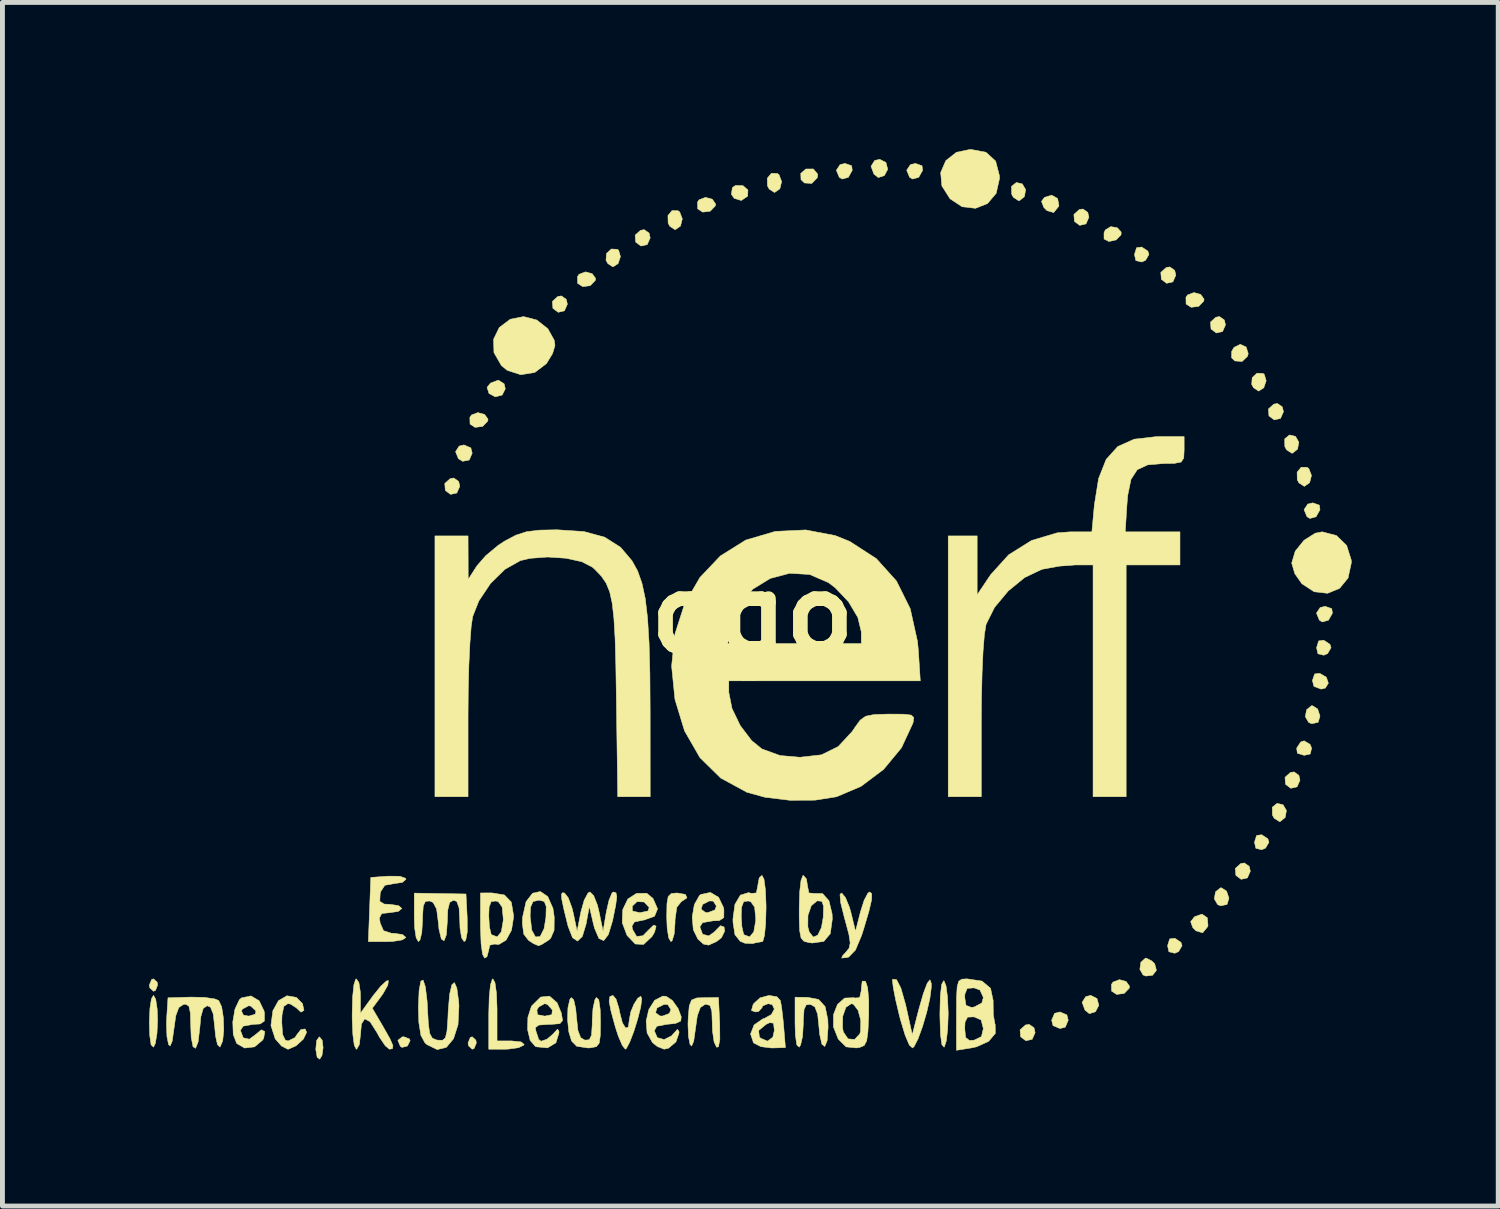
<source format=kicad_pcb>
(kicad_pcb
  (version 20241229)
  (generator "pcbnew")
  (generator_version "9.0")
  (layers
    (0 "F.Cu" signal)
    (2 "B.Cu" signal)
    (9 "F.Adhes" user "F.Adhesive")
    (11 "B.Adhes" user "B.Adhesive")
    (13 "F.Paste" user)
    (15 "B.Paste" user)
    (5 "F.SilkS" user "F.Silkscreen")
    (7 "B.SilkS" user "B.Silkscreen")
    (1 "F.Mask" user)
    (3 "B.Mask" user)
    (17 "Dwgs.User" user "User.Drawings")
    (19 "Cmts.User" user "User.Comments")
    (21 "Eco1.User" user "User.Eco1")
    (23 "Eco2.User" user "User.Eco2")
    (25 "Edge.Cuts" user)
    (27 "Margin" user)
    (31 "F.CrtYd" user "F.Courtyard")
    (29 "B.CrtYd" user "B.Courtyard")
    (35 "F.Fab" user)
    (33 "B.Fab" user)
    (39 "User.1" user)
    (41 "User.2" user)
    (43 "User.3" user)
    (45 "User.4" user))
  (footprint "logo"
    (layer "F.Cu")
    (at 11.943 9.522)
    (property "Reference" "logo" (at 0 0 0) (layer "F.SilkS") (effects (font (size 1.524 1.524) (thickness 0.3))))
    (attr through_hole)
    (fp_poly (pts (xy -11.778 7.519) (xy -11.769 7.578) (xy -11.814 7.69) (xy -11.853 7.705) (xy -11.928 7.636) (xy -11.938 7.578) (xy -11.892 7.465) (xy -11.853 7.451) (xy -11.778 7.519)) (stroke (width 0.01) (type solid)) (fill yes) (layer "F.SilkS"))
    (fp_poly (pts (xy -6.618 8.679) (xy -6.604 8.716) (xy -6.66 8.826) (xy -6.769 8.853) (xy -6.804 8.831) (xy -6.855 8.708) (xy -6.765 8.638) (xy -6.731 8.636) (xy -6.618 8.679)) (stroke (width 0.01) (type solid)) (fill yes) (layer "F.SilkS"))
    (fp_poly (pts (xy -5.611 -2.724) (xy -5.588 -2.625) (xy -5.648 -2.488) (xy -5.777 -2.459) (xy -5.884 -2.54) (xy -5.895 -2.682) (xy -5.785 -2.781) (xy -5.71 -2.794) (xy -5.611 -2.724)) (stroke (width 0.01) (type solid)) (fill yes) (layer "F.SilkS"))
    (fp_poly (pts (xy -5.362 -3.411) (xy -5.334 -3.302) (xy -5.395 -3.162) (xy -5.529 -3.136) (xy -5.616 -3.189) (xy -5.674 -3.333) (xy -5.601 -3.447) (xy -5.503 -3.471) (xy -5.362 -3.411)) (stroke (width 0.01) (type solid)) (fill yes) (layer "F.SilkS"))
    (fp_poly (pts (xy -5.259 8.705) (xy -5.249 8.763) (xy -5.295 8.876) (xy -5.334 8.89) (xy -5.409 8.821) (xy -5.419 8.763) (xy -5.373 8.65) (xy -5.334 8.636) (xy -5.259 8.705)) (stroke (width 0.01) (type solid)) (fill yes) (layer "F.SilkS"))
    (fp_poly (pts (xy -4.681 -4.721) (xy -4.657 -4.618) (xy -4.721 -4.491) (xy -4.861 -4.454) (xy -4.99 -4.523) (xy -5.03 -4.648) (xy -4.958 -4.737) (xy -4.799 -4.796) (xy -4.681 -4.721)) (stroke (width 0.01) (type solid)) (fill yes) (layer "F.SilkS"))
    (fp_poly (pts (xy -3.41 -6.449) (xy -3.387 -6.35) (xy -3.447 -6.214) (xy -3.575 -6.184) (xy -3.683 -6.265) (xy -3.694 -6.407) (xy -3.584 -6.507) (xy -3.509 -6.519) (xy -3.41 -6.449)) (stroke (width 0.01) (type solid)) (fill yes) (layer "F.SilkS"))
    (fp_poly (pts (xy -1.716 -7.804) (xy -1.693 -7.705) (xy -1.754 -7.568) (xy -1.882 -7.539) (xy -1.99 -7.62) (xy -2.001 -7.762) (xy -1.891 -7.861) (xy -1.815 -7.874) (xy -1.716 -7.804)) (stroke (width 0.01) (type solid)) (fill yes) (layer "F.SilkS"))
    (fp_poly (pts (xy 0.203 -8.776) (xy 0.306 -8.686) (xy 0.301 -8.559) (xy 0.17 -8.471) (xy 0.026 -8.514) (xy -0.032 -8.597) (xy -0.012 -8.735) (xy 0.049 -8.777) (xy 0.203 -8.776)) (stroke (width 0.01) (type solid)) (fill yes) (layer "F.SilkS"))
    (fp_poly (pts (xy 1.734 -9.009) (xy 1.725 -8.936) (xy 1.613 -8.82) (xy 1.464 -8.829) (xy 1.392 -8.897) (xy 1.387 -9.025) (xy 1.491 -9.115) (xy 1.644 -9.116) (xy 1.734 -9.009)) (stroke (width 0.01) (type solid)) (fill yes) (layer "F.SilkS"))
    (fp_poly (pts (xy 2.428 -9.182) (xy 2.44 -9.088) (xy 2.36 -8.944) (xy 2.235 -8.91) (xy 2.175 -8.945) (xy 2.115 -9.09) (xy 2.191 -9.204) (xy 2.292 -9.229) (xy 2.428 -9.182)) (stroke (width 0.01) (type solid)) (fill yes) (layer "F.SilkS"))
    (fp_poly (pts (xy 3.129 -9.249) (xy 3.166 -9.109) (xy 3.097 -8.98) (xy 2.972 -8.94) (xy 2.883 -9.012) (xy 2.824 -9.171) (xy 2.899 -9.289) (xy 3.002 -9.313) (xy 3.129 -9.249)) (stroke (width 0.01) (type solid)) (fill yes) (layer "F.SilkS"))
    (fp_poly (pts (xy 3.867 -9.182) (xy 3.88 -9.088) (xy 3.799 -8.944) (xy 3.674 -8.91) (xy 3.614 -8.945) (xy 3.554 -9.09) (xy 3.63 -9.204) (xy 3.732 -9.229) (xy 3.867 -9.182)) (stroke (width 0.01) (type solid)) (fill yes) (layer "F.SilkS"))
    (fp_poly (pts (xy 6.158 8.452) (xy 6.181 8.551) (xy 6.12 8.688) (xy 5.992 8.717) (xy 5.884 8.636) (xy 5.873 8.494) (xy 5.983 8.395) (xy 6.059 8.382) (xy 6.158 8.452)) (stroke (width 0.01) (type solid)) (fill yes) (layer "F.SilkS"))
    (fp_poly (pts (xy 6.83 8.188) (xy 6.858 8.297) (xy 6.798 8.439) (xy 6.689 8.467) (xy 6.547 8.407) (xy 6.519 8.297) (xy 6.579 8.156) (xy 6.689 8.128) (xy 6.83 8.188)) (stroke (width 0.01) (type solid)) (fill yes) (layer "F.SilkS"))
    (fp_poly (pts (xy 7.258 -8.227) (xy 7.281 -8.128) (xy 7.221 -7.992) (xy 7.093 -7.962) (xy 6.985 -8.043) (xy 6.974 -8.185) (xy 7.084 -8.285) (xy 7.159 -8.297) (xy 7.258 -8.227)) (stroke (width 0.01) (type solid)) (fill yes) (layer "F.SilkS"))
    (fp_poly (pts (xy 7.447 7.854) (xy 7.484 7.993) (xy 7.415 8.123) (xy 7.29 8.163) (xy 7.201 8.09) (xy 7.142 7.931) (xy 7.217 7.814) (xy 7.32 7.789) (xy 7.447 7.854)) (stroke (width 0.01) (type solid)) (fill yes) (layer "F.SilkS"))
    (fp_poly (pts (xy 8.487 -7.436) (xy 8.509 -7.366) (xy 8.439 -7.246) (xy 8.361 -7.213) (xy 8.241 -7.242) (xy 8.213 -7.366) (xy 8.256 -7.505) (xy 8.361 -7.519) (xy 8.487 -7.436)) (stroke (width 0.01) (type solid)) (fill yes) (layer "F.SilkS"))
    (fp_poly (pts (xy 9.036 -7.042) (xy 9.059 -6.943) (xy 8.999 -6.806) (xy 8.871 -6.777) (xy 8.763 -6.858) (xy 8.752 -7) (xy 8.862 -7.099) (xy 8.937 -7.112) (xy 9.036 -7.042)) (stroke (width 0.01) (type solid)) (fill yes) (layer "F.SilkS"))
    (fp_poly (pts (xy 9.164 6.704) (xy 9.186 6.773) (xy 9.116 6.893) (xy 9.038 6.927) (xy 8.918 6.897) (xy 8.89 6.773) (xy 8.933 6.634) (xy 9.038 6.62) (xy 9.164 6.704)) (stroke (width 0.01) (type solid)) (fill yes) (layer "F.SilkS"))
    (fp_poly (pts (xy 10.052 -6.026) (xy 10.075 -5.927) (xy 10.015 -5.79) (xy 9.887 -5.761) (xy 9.779 -5.842) (xy 9.768 -5.984) (xy 9.878 -6.083) (xy 9.953 -6.096) (xy 10.052 -6.026)) (stroke (width 0.01) (type solid)) (fill yes) (layer "F.SilkS"))
    (fp_poly (pts (xy 10.56 5.15) (xy 10.583 5.249) (xy 10.523 5.386) (xy 10.395 5.415) (xy 10.287 5.334) (xy 10.276 5.192) (xy 10.386 5.093) (xy 10.461 5.08) (xy 10.56 5.15)) (stroke (width 0.01) (type solid)) (fill yes) (layer "F.SilkS"))
    (fp_poly (pts (xy 10.942 4.587) (xy 10.964 4.657) (xy 10.894 4.776) (xy 10.816 4.81) (xy 10.696 4.78) (xy 10.668 4.657) (xy 10.711 4.518) (xy 10.816 4.503) (xy 10.942 4.587)) (stroke (width 0.01) (type solid)) (fill yes) (layer "F.SilkS"))
    (fp_poly (pts (xy 11.238 -4.248) (xy 11.261 -4.149) (xy 11.2 -4.012) (xy 11.072 -3.983) (xy 10.964 -4.064) (xy 10.953 -4.206) (xy 11.063 -4.305) (xy 11.139 -4.318) (xy 11.238 -4.248)) (stroke (width 0.01) (type solid)) (fill yes) (layer "F.SilkS"))
    (fp_poly (pts (xy 11.576 3.288) (xy 11.599 3.387) (xy 11.539 3.523) (xy 11.411 3.553) (xy 11.303 3.471) (xy 11.292 3.329) (xy 11.402 3.23) (xy 11.477 3.217) (xy 11.576 3.288)) (stroke (width 0.01) (type solid)) (fill yes) (layer "F.SilkS"))
    (fp_poly (pts (xy 11.804 2.653) (xy 11.837 2.731) (xy 11.808 2.851) (xy 11.684 2.879) (xy 11.545 2.836) (xy 11.531 2.731) (xy 11.614 2.605) (xy 11.684 2.582) (xy 11.804 2.653)) (stroke (width 0.01) (type solid)) (fill yes) (layer "F.SilkS"))
    (fp_poly (pts (xy 11.995 -2.239) (xy 12.008 -2.145) (xy 11.927 -2.001) (xy 11.802 -1.967) (xy 11.742 -2.002) (xy 11.682 -2.147) (xy 11.758 -2.261) (xy 11.86 -2.286) (xy 11.995 -2.239)) (stroke (width 0.01) (type solid)) (fill yes) (layer "F.SilkS"))
    (fp_poly (pts (xy 12.138 1.28) (xy 12.179 1.402) (xy 12.119 1.502) (xy 12.029 1.524) (xy 11.884 1.468) (xy 11.853 1.348) (xy 11.899 1.214) (xy 12.001 1.201) (xy 12.138 1.28)) (stroke (width 0.01) (type solid)) (fill yes) (layer "F.SilkS"))
    (fp_poly (pts (xy 12.212 0.608) (xy 12.234 0.677) (xy 12.164 0.797) (xy 12.086 0.831) (xy 11.966 0.801) (xy 11.938 0.677) (xy 11.981 0.538) (xy 12.086 0.524) (xy 12.212 0.608)) (stroke (width 0.01) (type solid)) (fill yes) (layer "F.SilkS"))
    (fp_poly (pts (xy 12.249 -0.122) (xy 12.262 -0.028) (xy 12.181 0.115) (xy 12.056 0.15) (xy 11.996 0.115) (xy 11.936 -0.031) (xy 12.012 -0.145) (xy 12.114 -0.169) (xy 12.249 -0.122)) (stroke (width 0.01) (type solid)) (fill yes) (layer "F.SilkS"))
    (fp_poly (pts (xy -5.081 -4.095) (xy -5.011 -3.999) (xy -5.016 -3.958) (xy -5.121 -3.849) (xy -5.276 -3.83) (xy -5.378 -3.897) (xy -5.382 -4.034) (xy -5.349 -4.083) (xy -5.219 -4.132) (xy -5.081 -4.095)) (stroke (width 0.01) (type solid)) (fill yes) (layer "F.SilkS"))
    (fp_poly (pts (xy -2.88 -6.974) (xy -2.81 -6.877) (xy -2.815 -6.837) (xy -2.92 -6.728) (xy -3.074 -6.709) (xy -3.177 -6.776) (xy -3.18 -6.913) (xy -3.148 -6.961) (xy -3.017 -7.011) (xy -2.88 -6.974)) (stroke (width 0.01) (type solid)) (fill yes) (layer "F.SilkS"))
    (fp_poly (pts (xy -2.362 -7.472) (xy -2.339 -7.453) (xy -2.301 -7.323) (xy -2.35 -7.179) (xy -2.455 -7.112) (xy -2.559 -7.18) (xy -2.597 -7.248) (xy -2.587 -7.387) (xy -2.487 -7.479) (xy -2.362 -7.472)) (stroke (width 0.01) (type solid)) (fill yes) (layer "F.SilkS"))
    (fp_poly (pts (xy -0.424 -8.498) (xy -0.355 -8.401) (xy -0.36 -8.361) (xy -0.465 -8.252) (xy -0.619 -8.233) (xy -0.721 -8.3) (xy -0.725 -8.437) (xy -0.693 -8.485) (xy -0.562 -8.535) (xy -0.424 -8.498)) (stroke (width 0.01) (type solid)) (fill yes) (layer "F.SilkS"))
    (fp_poly (pts (xy 5.919 -8.81) (xy 5.987 -8.693) (xy 5.962 -8.55) (xy 5.861 -8.468) (xy 5.842 -8.467) (xy 5.737 -8.535) (xy 5.701 -8.599) (xy 5.698 -8.76) (xy 5.797 -8.839) (xy 5.919 -8.81)) (stroke (width 0.01) (type solid)) (fill yes) (layer "F.SilkS"))
    (fp_poly (pts (xy 6.641 -8.511) (xy 6.668 -8.371) (xy 6.661 -8.348) (xy 6.56 -8.224) (xy 6.424 -8.263) (xy 6.359 -8.328) (xy 6.311 -8.454) (xy 6.373 -8.535) (xy 6.521 -8.58) (xy 6.641 -8.511)) (stroke (width 0.01) (type solid)) (fill yes) (layer "F.SilkS"))
    (fp_poly (pts (xy 7.861 -7.914) (xy 7.941 -7.826) (xy 7.938 -7.768) (xy 7.839 -7.665) (xy 7.692 -7.632) (xy 7.591 -7.683) (xy 7.59 -7.809) (xy 7.617 -7.869) (xy 7.728 -7.936) (xy 7.861 -7.914)) (stroke (width 0.01) (type solid)) (fill yes) (layer "F.SilkS"))
    (fp_poly (pts (xy 8.042 7.504) (xy 8.112 7.601) (xy 8.107 7.641) (xy 8.002 7.75) (xy 7.848 7.769) (xy 7.745 7.702) (xy 7.742 7.565) (xy 7.774 7.517) (xy 7.905 7.467) (xy 8.042 7.504)) (stroke (width 0.01) (type solid)) (fill yes) (layer "F.SilkS"))
    (fp_poly (pts (xy 9.566 -6.55) (xy 9.636 -6.454) (xy 9.631 -6.413) (xy 9.526 -6.305) (xy 9.372 -6.286) (xy 9.269 -6.353) (xy 9.266 -6.49) (xy 9.298 -6.538) (xy 9.429 -6.588) (xy 9.566 -6.55)) (stroke (width 0.01) (type solid)) (fill yes) (layer "F.SilkS"))
    (fp_poly (pts (xy 9.704 6.202) (xy 9.717 6.362) (xy 9.708 6.387) (xy 9.608 6.509) (xy 9.471 6.468) (xy 9.407 6.404) (xy 9.362 6.281) (xy 9.443 6.179) (xy 9.595 6.127) (xy 9.704 6.202)) (stroke (width 0.01) (type solid)) (fill yes) (layer "F.SilkS"))
    (fp_poly (pts (xy 10.097 5.656) (xy 10.146 5.801) (xy 10.107 5.929) (xy 9.978 5.957) (xy 9.914 5.932) (xy 9.846 5.814) (xy 9.871 5.671) (xy 9.972 5.59) (xy 9.991 5.588) (xy 10.097 5.656)) (stroke (width 0.01) (type solid)) (fill yes) (layer "F.SilkS"))
    (fp_poly (pts (xy 10.497 -5.474) (xy 10.54 -5.34) (xy 10.527 -5.285) (xy 10.415 -5.178) (xy 10.267 -5.189) (xy 10.2 -5.253) (xy 10.201 -5.383) (xy 10.249 -5.466) (xy 10.378 -5.529) (xy 10.497 -5.474)) (stroke (width 0.01) (type solid)) (fill yes) (layer "F.SilkS"))
    (fp_poly (pts (xy 10.846 -4.932) (xy 10.869 -4.913) (xy 10.907 -4.783) (xy 10.858 -4.639) (xy 10.753 -4.572) (xy 10.649 -4.64) (xy 10.611 -4.708) (xy 10.621 -4.847) (xy 10.721 -4.939) (xy 10.846 -4.932)) (stroke (width 0.01) (type solid)) (fill yes) (layer "F.SilkS"))
    (fp_poly (pts (xy 11.253 3.89) (xy 11.321 4.007) (xy 11.296 4.15) (xy 11.195 4.232) (xy 11.176 4.233) (xy 11.071 4.165) (xy 11.035 4.101) (xy 11.032 3.94) (xy 11.131 3.861) (xy 11.253 3.89)) (stroke (width 0.01) (type solid)) (fill yes) (layer "F.SilkS"))
    (fp_poly (pts (xy 11.507 -3.646) (xy 11.575 -3.528) (xy 11.55 -3.385) (xy 11.449 -3.304) (xy 11.43 -3.302) (xy 11.325 -3.37) (xy 11.289 -3.435) (xy 11.286 -3.595) (xy 11.385 -3.675) (xy 11.507 -3.646)) (stroke (width 0.01) (type solid)) (fill yes) (layer "F.SilkS"))
    (fp_poly (pts (xy 11.96 1.931) (xy 12.008 2.076) (xy 11.97 2.203) (xy 11.841 2.232) (xy 11.777 2.206) (xy 11.708 2.089) (xy 11.734 1.946) (xy 11.834 1.864) (xy 11.853 1.863) (xy 11.96 1.931)) (stroke (width 0.01) (type solid)) (fill yes) (layer "F.SilkS"))
    (fp_poly (pts (xy -8.403 8.705) (xy -8.384 8.859) (xy -8.406 9.017) (xy -8.454 9.094) (xy -8.506 9.054) (xy -8.533 8.895) (xy -8.533 8.887) (xy -8.515 8.71) (xy -8.461 8.636) (xy -8.461 8.636) (xy -8.403 8.705)) (stroke (width 0.01) (type solid)) (fill yes) (layer "F.SilkS"))
    (fp_poly (pts (xy -1.124 -8.262) (xy -1.089 -8.235) (xy -1.036 -8.096) (xy -1.073 -7.948) (xy -1.179 -7.874) (xy -1.185 -7.874) (xy -1.29 -7.942) (xy -1.326 -8.007) (xy -1.33 -8.163) (xy -1.246 -8.265) (xy -1.124 -8.262)) (stroke (width 0.01) (type solid)) (fill yes) (layer "F.SilkS"))
    (fp_poly (pts (xy 0.908 -9.024) (xy 0.943 -8.997) (xy 0.996 -8.858) (xy 0.959 -8.71) (xy 0.853 -8.636) (xy 0.847 -8.636) (xy 0.742 -8.704) (xy 0.706 -8.769) (xy 0.702 -8.925) (xy 0.786 -9.027) (xy 0.908 -9.024)) (stroke (width 0.01) (type solid)) (fill yes) (layer "F.SilkS"))
    (fp_poly (pts (xy 8.568 7.085) (xy 8.627 7.143) (xy 8.662 7.277) (xy 8.583 7.378) (xy 8.443 7.394) (xy 8.388 7.37) (xy 8.323 7.255) (xy 8.344 7.112) (xy 8.435 7.029) (xy 8.454 7.027) (xy 8.568 7.085)) (stroke (width 0.01) (type solid)) (fill yes) (layer "F.SilkS"))
    (fp_poly (pts (xy 11.745 -3.013) (xy 11.78 -2.986) (xy 11.834 -2.847) (xy 11.796 -2.698) (xy 11.691 -2.625) (xy 11.684 -2.625) (xy 11.579 -2.693) (xy 11.543 -2.757) (xy 11.54 -2.914) (xy 11.624 -3.015) (xy 11.745 -3.013)) (stroke (width 0.01) (type solid)) (fill yes) (layer "F.SilkS"))
    (fp_poly (pts (xy -11.808 7.866) (xy -11.778 8.067) (xy -11.769 8.292) (xy -11.782 8.57) (xy -11.816 8.773) (xy -11.853 8.848) (xy -11.902 8.801) (xy -11.931 8.602) (xy -11.938 8.345) (xy -11.926 8.055) (xy -11.895 7.857) (xy -11.853 7.789) (xy -11.808 7.866)) (stroke (width 0.01) (type solid)) (fill yes) (layer "F.SilkS"))
    (fp_poly (pts (xy 5.176 -9.457) (xy 5.373 -9.277) (xy 5.451 -8.977) (xy 5.453 -8.923) (xy 5.384 -8.617) (xy 5.207 -8.408) (xy 4.961 -8.311) (xy 4.687 -8.343) (xy 4.441 -8.505) (xy 4.273 -8.77) (xy 4.249 -9.043) (xy 4.354 -9.286) (xy 4.571 -9.457) (xy 4.859 -9.517) (xy 5.176 -9.457)) (stroke (width 0.01) (type solid)) (fill yes) (layer "F.SilkS"))
    (fp_poly (pts (xy -4.013 -6.026) (xy -3.787 -5.848) (xy -3.655 -5.611) (xy -3.641 -5.503) (xy -3.691 -5.338) (xy -3.812 -5.14) (xy -3.816 -5.134) (xy -4.054 -4.953) (xy -4.34 -4.907) (xy -4.619 -4.997) (xy -4.738 -5.096) (xy -4.889 -5.36) (xy -4.897 -5.632) (xy -4.78 -5.873) (xy -4.557 -6.041) (xy -4.282 -6.096) (xy -4.013 -6.026)) (stroke (width 0.01) (type solid)) (fill yes) (layer "F.SilkS"))
    (fp_poly (pts (xy -0.972 5.724) (xy -0.941 5.794) (xy -1.058 5.873) (xy -1.149 5.986) (xy -1.185 6.245) (xy -1.185 6.305) (xy -1.202 6.533) (xy -1.244 6.671) (xy -1.27 6.689) (xy -1.315 6.612) (xy -1.346 6.412) (xy -1.355 6.191) (xy -1.35 5.913) (xy -1.324 5.765) (xy -1.261 5.705) (xy -1.143 5.694) (xy -0.972 5.724)) (stroke (width 0.01) (type solid)) (fill yes) (layer "F.SilkS"))
    (fp_poly (pts (xy 4.318 7.493) (xy 4.359 7.597) (xy 4.389 7.825) (xy 4.402 8.128) (xy 4.403 8.17) (xy 4.392 8.48) (xy 4.364 8.72) (xy 4.324 8.843) (xy 4.318 8.848) (xy 4.274 8.797) (xy 4.245 8.589) (xy 4.234 8.235) (xy 4.233 8.17) (xy 4.242 7.796) (xy 4.269 7.565) (xy 4.31 7.49) (xy 4.318 7.493)) (stroke (width 0.01) (type solid)) (fill yes) (layer "F.SilkS"))
    (fp_poly (pts (xy 12.344 -1.618) (xy 12.553 -1.415) (xy 12.647 -1.118) (xy 12.649 -1.058) (xy 12.582 -0.748) (xy 12.407 -0.535) (xy 12.162 -0.436) (xy 11.889 -0.467) (xy 11.638 -0.631) (xy 11.493 -0.837) (xy 11.43 -1.051) (xy 11.43 -1.058) (xy 11.502 -1.298) (xy 11.68 -1.519) (xy 11.91 -1.665) (xy 12.052 -1.693) (xy 12.344 -1.618)) (stroke (width 0.01) (type solid)) (fill yes) (layer "F.SilkS"))
    (fp_poly (pts (xy -4.868 7.529) (xy -4.838 7.743) (xy -4.826 8.056) (xy -4.826 8.086) (xy -4.826 8.721) (xy -4.525 8.721) (xy -4.332 8.741) (xy -4.271 8.794) (xy -4.276 8.805) (xy -4.387 8.859) (xy -4.597 8.888) (xy -4.662 8.89) (xy -4.995 8.89) (xy -4.995 8.17) (xy -4.986 7.82) (xy -4.96 7.572) (xy -4.922 7.456) (xy -4.911 7.451) (xy -4.868 7.529)) (stroke (width 0.01) (type solid)) (fill yes) (layer "F.SilkS"))
    (fp_poly (pts (xy 1.527 7.829) (xy 1.753 7.873) (xy 1.885 8.018) (xy 1.941 8.288) (xy 1.946 8.441) (xy 1.926 8.718) (xy 1.877 8.834) (xy 1.819 8.787) (xy 1.772 8.577) (xy 1.761 8.449) (xy 1.732 8.171) (xy 1.675 8.024) (xy 1.587 7.974) (xy 1.499 7.983) (xy 1.454 8.077) (xy 1.44 8.293) (xy 1.439 8.371) (xy 1.424 8.625) (xy 1.384 8.803) (xy 1.355 8.848) (xy 1.306 8.802) (xy 1.277 8.604) (xy 1.27 8.363) (xy 1.27 7.826) (xy 1.527 7.829)) (stroke (width 0.01) (type solid)) (fill yes) (layer "F.SilkS"))
    (fp_poly (pts (xy -2.392 7.864) (xy -2.333 8.051) (xy -2.319 8.128) (xy -2.262 8.35) (xy -2.195 8.457) (xy -2.14 8.435) (xy -2.117 8.271) (xy -2.089 8.123) (xy -2.024 7.967) (xy -1.947 7.847) (xy -1.886 7.807) (xy -1.865 7.861) (xy -1.887 8.029) (xy -1.947 8.267) (xy -2.026 8.522) (xy -2.11 8.741) (xy -2.179 8.873) (xy -2.201 8.89) (xy -2.262 8.816) (xy -2.345 8.624) (xy -2.407 8.432) (xy -2.496 8.106) (xy -2.533 7.91) (xy -2.518 7.814) (xy -2.456 7.789) (xy -2.392 7.864)) (stroke (width 0.01) (type solid)) (fill yes) (layer "F.SilkS"))
    (fp_poly (pts (xy -0.271 8.368) (xy -0.268 8.687) (xy -0.296 8.84) (xy -0.334 8.85) (xy -0.386 8.74) (xy -0.418 8.521) (xy -0.423 8.371) (xy -0.432 8.118) (xy -0.468 7.997) (xy -0.544 7.971) (xy -0.572 7.974) (xy -0.667 8.037) (xy -0.729 8.205) (xy -0.766 8.467) (xy -0.803 8.727) (xy -0.845 8.824) (xy -0.877 8.795) (xy -0.91 8.631) (xy -0.92 8.376) (xy -0.915 8.248) (xy -0.894 8.003) (xy -0.846 7.883) (xy -0.739 7.841) (xy -0.593 7.836) (xy -0.296 7.832) (xy -0.271 8.368)) (stroke (width 0.01) (type solid)) (fill yes) (layer "F.SilkS"))
    (fp_poly (pts (xy 3.346 7.467) (xy 3.435 7.64) (xy 3.53 7.972) (xy 3.556 8.086) (xy 3.668 8.594) (xy 3.803 8.07) (xy 3.896 7.746) (xy 3.974 7.541) (xy 4.03 7.47) (xy 4.057 7.544) (xy 4.057 7.627) (xy 4.028 7.853) (xy 3.963 8.137) (xy 3.877 8.428) (xy 3.786 8.678) (xy 3.705 8.836) (xy 3.673 8.865) (xy 3.607 8.804) (xy 3.521 8.601) (xy 3.426 8.285) (xy 3.403 8.197) (xy 3.327 7.876) (xy 3.278 7.622) (xy 3.262 7.477) (xy 3.266 7.458) (xy 3.346 7.467)) (stroke (width 0.01) (type solid)) (fill yes) (layer "F.SilkS"))
    (fp_poly (pts (xy 2.839 5.709) (xy 2.836 5.833) (xy 2.782 6.066) (xy 2.674 6.43) (xy 2.632 6.561) (xy 2.506 6.862) (xy 2.368 7.004) (xy 2.334 7.014) (xy 2.223 7.026) (xy 2.249 6.969) (xy 2.307 6.909) (xy 2.376 6.823) (xy 2.398 6.715) (xy 2.372 6.542) (xy 2.296 6.258) (xy 2.284 6.217) (xy 2.203 5.893) (xy 2.189 5.723) (xy 2.224 5.694) (xy 2.302 5.79) (xy 2.385 5.993) (xy 2.415 6.102) (xy 2.507 6.477) (xy 2.61 6.075) (xy 2.684 5.842) (xy 2.761 5.697) (xy 2.797 5.673) (xy 2.839 5.709)) (stroke (width 0.01) (type solid)) (fill yes) (layer "F.SilkS"))
    (fp_poly (pts (xy -8.93 7.831) (xy -8.805 7.959) (xy -8.775 8.096) (xy -8.837 8.132) (xy -8.932 8.043) (xy -9.055 7.965) (xy -9.107 7.959) (xy -9.188 8.015) (xy -9.225 8.199) (xy -9.229 8.34) (xy -9.213 8.589) (xy -9.157 8.704) (xy -9.099 8.721) (xy -8.958 8.652) (xy -8.921 8.594) (xy -8.838 8.487) (xy -8.75 8.476) (xy -8.721 8.545) (xy -8.787 8.683) (xy -8.935 8.819) (xy -9.092 8.889) (xy -9.106 8.89) (xy -9.234 8.825) (xy -9.363 8.679) (xy -9.451 8.405) (xy -9.411 8.103) (xy -9.296 7.896) (xy -9.123 7.797) (xy -8.93 7.831)) (stroke (width 0.01) (type solid)) (fill yes) (layer "F.SilkS"))
    (fp_poly (pts (xy -2.745 7.877) (xy -2.716 8.075) (xy -2.71 8.314) (xy -2.713 8.604) (xy -2.735 8.765) (xy -2.794 8.838) (xy -2.908 8.861) (xy -2.962 8.865) (xy -3.196 8.83) (xy -3.301 8.723) (xy -3.358 8.535) (xy -3.383 8.288) (xy -3.376 8.045) (xy -3.337 7.873) (xy -3.307 7.834) (xy -3.257 7.881) (xy -3.217 8.06) (xy -3.201 8.231) (xy -3.171 8.509) (xy -3.114 8.655) (xy -3.027 8.705) (xy -2.938 8.696) (xy -2.893 8.602) (xy -2.879 8.386) (xy -2.879 8.309) (xy -2.863 8.054) (xy -2.823 7.876) (xy -2.794 7.832) (xy -2.745 7.877)) (stroke (width 0.01) (type solid)) (fill yes) (layer "F.SilkS"))
    (fp_poly (pts (xy -6.815 5.352) (xy -6.696 5.394) (xy -6.689 5.414) (xy -6.762 5.478) (xy -6.933 5.503) (xy -7.121 5.537) (xy -7.206 5.666) (xy -7.217 5.715) (xy -7.224 5.866) (xy -7.134 5.921) (xy -7.016 5.927) (xy -6.842 5.952) (xy -6.773 6.011) (xy -6.847 6.072) (xy -7.016 6.096) (xy -7.185 6.115) (xy -7.231 6.204) (xy -7.217 6.308) (xy -7.148 6.466) (xy -6.989 6.518) (xy -6.933 6.519) (xy -6.759 6.545) (xy -6.689 6.604) (xy -6.764 6.654) (xy -6.956 6.685) (xy -7.073 6.689) (xy -7.458 6.689) (xy -7.408 5.376) (xy -7.048 5.35) (xy -6.815 5.352)) (stroke (width 0.01) (type solid)) (fill yes) (layer "F.SilkS"))
    (fp_poly (pts (xy -6.292 7.613) (xy -6.256 7.911) (xy -6.248 8.065) (xy -6.23 8.384) (xy -6.202 8.571) (xy -6.15 8.664) (xy -6.062 8.701) (xy -6.036 8.705) (xy -5.94 8.707) (xy -5.882 8.657) (xy -5.85 8.52) (xy -5.831 8.263) (xy -5.825 8.112) (xy -5.796 7.768) (xy -5.75 7.571) (xy -5.698 7.527) (xy -5.648 7.639) (xy -5.611 7.913) (xy -5.605 8.008) (xy -5.624 8.389) (xy -5.716 8.676) (xy -5.863 8.852) (xy -6.05 8.898) (xy -6.258 8.797) (xy -6.302 8.757) (xy -6.383 8.608) (xy -6.425 8.345) (xy -6.435 8.037) (xy -6.42 7.686) (xy -6.385 7.499) (xy -6.338 7.475) (xy -6.292 7.613)) (stroke (width 0.01) (type solid)) (fill yes) (layer "F.SilkS"))
    (fp_poly (pts (xy -3.789 5.767) (xy -3.682 6.008) (xy -3.656 6.186) (xy -3.659 6.458) (xy -3.728 6.619) (xy -3.778 6.664) (xy -3.919 6.752) (xy -3.979 6.773) (xy -4.082 6.729) (xy -4.181 6.664) (xy -4.28 6.535) (xy -4.308 6.315) (xy -4.303 6.186) (xy -4.298 6.167) (xy -4.149 6.167) (xy -4.116 6.454) (xy -4.039 6.594) (xy -3.944 6.585) (xy -3.863 6.422) (xy -3.826 6.195) (xy -3.82 5.97) (xy -3.86 5.868) (xy -3.963 5.842) (xy -3.974 5.842) (xy -4.09 5.87) (xy -4.14 5.985) (xy -4.149 6.167) (xy -4.298 6.167) (xy -4.232 5.873) (xy -4.099 5.699) (xy -3.94 5.664) (xy -3.789 5.767)) (stroke (width 0.01) (type solid)) (fill yes) (layer "F.SilkS"))
    (fp_poly (pts (xy -5.461 5.715) (xy -5.436 6.202) (xy -5.435 6.494) (xy -5.466 6.66) (xy -5.499 6.689) (xy -5.551 6.612) (xy -5.583 6.412) (xy -5.588 6.265) (xy -5.602 5.999) (xy -5.649 5.869) (xy -5.715 5.842) (xy -5.795 5.887) (xy -5.834 6.044) (xy -5.842 6.265) (xy -5.862 6.548) (xy -5.909 6.672) (xy -5.965 6.636) (xy -6.013 6.438) (xy -6.028 6.287) (xy -6.062 6.023) (xy -6.132 5.89) (xy -6.202 5.858) (xy -6.29 5.866) (xy -6.335 5.959) (xy -6.349 6.174) (xy -6.35 6.259) (xy -6.365 6.503) (xy -6.403 6.658) (xy -6.435 6.689) (xy -6.48 6.612) (xy -6.511 6.412) (xy -6.519 6.193) (xy -6.519 5.697) (xy -5.461 5.715)) (stroke (width 0.01) (type solid)) (fill yes) (layer "F.SilkS"))
    (fp_poly (pts (xy -4.675 5.735) (xy -4.534 5.881) (xy -4.488 6.155) (xy -4.487 6.185) (xy -4.53 6.456) (xy -4.64 6.657) (xy -4.79 6.748) (xy -4.879 6.739) (xy -4.975 6.763) (xy -4.995 6.861) (xy -5.031 6.997) (xy -5.08 7.027) (xy -5.122 6.948) (xy -5.152 6.733) (xy -5.164 6.413) (xy -5.165 6.361) (xy -5.165 6.16) (xy -4.995 6.16) (xy -4.982 6.387) (xy -4.948 6.533) (xy -4.937 6.549) (xy -4.823 6.592) (xy -4.738 6.489) (xy -4.7 6.263) (xy -4.699 6.217) (xy -4.721 5.983) (xy -4.798 5.875) (xy -4.847 5.858) (xy -4.945 5.87) (xy -4.988 5.983) (xy -4.995 6.16) (xy -5.165 6.16) (xy -5.165 5.694) (xy -4.932 5.693) (xy -4.675 5.735)) (stroke (width 0.01) (type solid)) (fill yes) (layer "F.SilkS"))
    (fp_poly (pts (xy -1.635 5.807) (xy -1.542 6.019) (xy -1.604 6.171) (xy -1.817 6.247) (xy -1.833 6.249) (xy -2.015 6.287) (xy -2.066 6.371) (xy -2.055 6.439) (xy -1.97 6.584) (xy -1.842 6.569) (xy -1.731 6.456) (xy -1.621 6.35) (xy -1.572 6.374) (xy -1.603 6.495) (xy -1.658 6.588) (xy -1.828 6.747) (xy -1.998 6.738) (xy -2.167 6.562) (xy -2.265 6.302) (xy -2.255 6.036) (xy -2.221 5.965) (xy -2.061 5.965) (xy -2.055 6.064) (xy -1.914 6.096) (xy -1.895 6.096) (xy -1.737 6.062) (xy -1.714 5.99) (xy -1.817 5.879) (xy -1.962 5.871) (xy -2.061 5.965) (xy -2.221 5.965) (xy -2.15 5.817) (xy -1.973 5.703) (xy -1.765 5.699) (xy -1.635 5.807)) (stroke (width 0.01) (type solid)) (fill yes) (layer "F.SilkS"))
    (fp_poly (pts (xy -9.692 7.899) (xy -9.591 8.109) (xy -9.583 8.158) (xy -9.585 8.315) (xy -9.674 8.374) (xy -9.816 8.382) (xy -10.019 8.418) (xy -10.075 8.504) (xy -10.019 8.656) (xy -9.892 8.685) (xy -9.767 8.592) (xy -9.647 8.493) (xy -9.576 8.529) (xy -9.599 8.665) (xy -9.621 8.704) (xy -9.786 8.842) (xy -9.989 8.866) (xy -10.151 8.773) (xy -10.222 8.589) (xy -10.231 8.331) (xy -10.193 8.107) (xy -10.054 8.107) (xy -10.015 8.192) (xy -9.906 8.213) (xy -9.772 8.174) (xy -9.758 8.107) (xy -9.862 8.009) (xy -9.906 8.001) (xy -10.033 8.068) (xy -10.054 8.107) (xy -10.193 8.107) (xy -10.187 8.071) (xy -10.097 7.879) (xy -10.054 7.841) (xy -9.86 7.8) (xy -9.692 7.899)) (stroke (width 0.01) (type solid)) (fill yes) (layer "F.SilkS"))
    (fp_poly (pts (xy -7.652 7.526) (xy -7.623 7.715) (xy -7.62 7.802) (xy -7.62 8.153) (xy -7.36 7.794) (xy -7.206 7.603) (xy -7.089 7.495) (xy -7.048 7.486) (xy -7.06 7.58) (xy -7.154 7.747) (xy -7.187 7.795) (xy -7.377 8.052) (xy -7.16 8.422) (xy -7.016 8.676) (xy -6.955 8.818) (xy -6.966 8.879) (xy -7.026 8.89) (xy -7.111 8.821) (xy -7.229 8.647) (xy -7.283 8.548) (xy -7.424 8.327) (xy -7.532 8.269) (xy -7.6 8.374) (xy -7.62 8.599) (xy -7.642 8.793) (xy -7.695 8.888) (xy -7.705 8.89) (xy -7.746 8.81) (xy -7.775 8.592) (xy -7.789 8.263) (xy -7.789 8.17) (xy -7.78 7.82) (xy -7.754 7.572) (xy -7.716 7.456) (xy -7.705 7.451) (xy -7.652 7.526)) (stroke (width 0.01) (type solid)) (fill yes) (layer "F.SilkS"))
    (fp_poly (pts (xy -0.294 5.782) (xy -0.193 5.993) (xy -0.185 6.041) (xy -0.187 6.198) (xy -0.276 6.258) (xy -0.418 6.265) (xy -0.621 6.301) (xy -0.677 6.387) (xy -0.62 6.539) (xy -0.493 6.572) (xy -0.38 6.49) (xy -0.255 6.364) (xy -0.182 6.389) (xy -0.169 6.474) (xy -0.236 6.61) (xy -0.333 6.686) (xy -0.497 6.761) (xy -0.603 6.74) (xy -0.718 6.636) (xy -0.811 6.447) (xy -0.834 6.188) (xy -0.806 6.025) (xy -0.652 6.025) (xy -0.566 6.091) (xy -0.515 6.096) (xy -0.37 6.042) (xy -0.339 5.963) (xy -0.402 5.861) (xy -0.48 5.857) (xy -0.621 5.928) (xy -0.652 6.025) (xy -0.806 6.025) (xy -0.79 5.931) (xy -0.686 5.747) (xy -0.656 5.724) (xy -0.462 5.683) (xy -0.294 5.782)) (stroke (width 0.01) (type solid)) (fill yes) (layer "F.SilkS"))
    (fp_poly (pts (xy -1.368 7.807) (xy -1.239 7.893) (xy -1.122 8.057) (xy -1.058 8.228) (xy -1.068 8.314) (xy -1.175 8.363) (xy -1.36 8.382) (xy -1.557 8.42) (xy -1.609 8.512) (xy -1.548 8.653) (xy -1.409 8.693) (xy -1.256 8.617) (xy -1.226 8.583) (xy -1.136 8.484) (xy -1.105 8.524) (xy -1.103 8.556) (xy -1.166 8.74) (xy -1.318 8.869) (xy -1.408 8.89) (xy -1.547 8.835) (xy -1.645 8.757) (xy -1.756 8.558) (xy -1.776 8.315) (xy -1.736 8.142) (xy -1.584 8.142) (xy -1.497 8.208) (xy -1.446 8.213) (xy -1.301 8.159) (xy -1.27 8.079) (xy -1.333 7.978) (xy -1.411 7.974) (xy -1.552 8.044) (xy -1.584 8.142) (xy -1.736 8.142) (xy -1.72 8.076) (xy -1.602 7.889) (xy -1.436 7.804) (xy -1.368 7.807)) (stroke (width 0.01) (type solid)) (fill yes) (layer "F.SilkS"))
    (fp_poly (pts (xy 1.503 5.406) (xy 1.524 5.543) (xy 1.553 5.693) (xy 1.651 5.703) (xy 1.652 5.703) (xy 1.832 5.706) (xy 1.963 5.852) (xy 2.028 6.121) (xy 2.032 6.23) (xy 1.991 6.527) (xy 1.858 6.685) (xy 1.622 6.718) (xy 1.545 6.708) (xy 1.45 6.681) (xy 1.393 6.614) (xy 1.365 6.47) (xy 1.362 6.386) (xy 1.532 6.386) (xy 1.56 6.491) (xy 1.642 6.596) (xy 1.733 6.558) (xy 1.81 6.402) (xy 1.847 6.188) (xy 1.853 5.963) (xy 1.819 5.865) (xy 1.728 5.855) (xy 1.72 5.857) (xy 1.602 5.955) (xy 1.534 6.153) (xy 1.532 6.386) (xy 1.362 6.386) (xy 1.355 6.213) (xy 1.355 6.005) (xy 1.365 5.672) (xy 1.392 5.438) (xy 1.432 5.336) (xy 1.439 5.334) (xy 1.503 5.406)) (stroke (width 0.01) (type solid)) (fill yes) (layer "F.SilkS"))
    (fp_poly (pts (xy -10.813 7.83) (xy -10.597 7.862) (xy -10.52 7.894) (xy -10.459 8.022) (xy -10.424 8.246) (xy -10.416 8.5) (xy -10.438 8.721) (xy -10.491 8.843) (xy -10.494 8.845) (xy -10.544 8.798) (xy -10.584 8.62) (xy -10.6 8.448) (xy -10.631 8.168) (xy -10.688 8.029) (xy -10.753 8.001) (xy -10.835 8.053) (xy -10.885 8.225) (xy -10.905 8.445) (xy -10.94 8.74) (xy -10.992 8.871) (xy -11.044 8.84) (xy -11.082 8.65) (xy -11.091 8.418) (xy -11.099 8.148) (xy -11.129 8.01) (xy -11.193 7.97) (xy -11.239 7.974) (xy -11.335 8.037) (xy -11.397 8.205) (xy -11.434 8.467) (xy -11.471 8.727) (xy -11.513 8.824) (xy -11.545 8.795) (xy -11.578 8.631) (xy -11.588 8.376) (xy -11.583 8.248) (xy -11.557 7.839) (xy -11.091 7.824) (xy -10.813 7.83)) (stroke (width 0.01) (type solid)) (fill yes) (layer "F.SilkS"))
    (fp_poly (pts (xy -2.392 5.691) (xy -2.376 5.77) (xy -2.398 5.943) (xy -2.459 6.245) (xy -2.462 6.261) (xy -2.549 6.547) (xy -2.644 6.669) (xy -2.741 6.626) (xy -2.831 6.417) (xy -2.854 6.329) (xy -2.938 5.969) (xy -3.004 6.329) (xy -3.081 6.584) (xy -3.179 6.678) (xy -3.282 6.609) (xy -3.373 6.375) (xy -3.374 6.371) (xy -3.458 6.03) (xy -3.502 5.822) (xy -3.509 5.718) (xy -3.484 5.688) (xy -3.445 5.696) (xy -3.37 5.791) (xy -3.294 5.995) (xy -3.267 6.103) (xy -3.188 6.477) (xy -3.109 6.075) (xy -3.043 5.841) (xy -2.965 5.696) (xy -2.926 5.673) (xy -2.85 5.748) (xy -2.773 5.939) (xy -2.74 6.075) (xy -2.657 6.477) (xy -2.589 6.075) (xy -2.535 5.841) (xy -2.475 5.696) (xy -2.446 5.673) (xy -2.392 5.691)) (stroke (width 0.01) (type solid)) (fill yes) (layer "F.SilkS"))
    (fp_poly (pts (xy 0.9 7.817) (xy 0.97 7.895) (xy 0.996 8.037) (xy 1.024 8.279) (xy 1.038 8.429) (xy 1.073 8.857) (xy 0.794 8.865) (xy 0.572 8.838) (xy 0.423 8.762) (xy 0.42 8.759) (xy 0.36 8.577) (xy 0.388 8.508) (xy 0.525 8.508) (xy 0.54 8.636) (xy 0.564 8.664) (xy 0.706 8.725) (xy 0.815 8.645) (xy 0.847 8.506) (xy 0.83 8.358) (xy 0.751 8.347) (xy 0.677 8.382) (xy 0.525 8.508) (xy 0.388 8.508) (xy 0.432 8.394) (xy 0.609 8.27) (xy 0.638 8.262) (xy 0.786 8.181) (xy 0.846 8.068) (xy 0.804 7.978) (xy 0.72 7.959) (xy 0.607 8.004) (xy 0.593 8.043) (xy 0.524 8.118) (xy 0.463 8.128) (xy 0.378 8.099) (xy 0.41 7.984) (xy 0.423 7.959) (xy 0.553 7.84) (xy 0.736 7.79) (xy 0.9 7.817)) (stroke (width 0.01) (type solid)) (fill yes) (layer "F.SilkS"))
    (fp_poly (pts (xy 2.706 7.498) (xy 2.713 7.505) (xy 2.755 7.633) (xy 2.778 7.884) (xy 2.777 8.213) (xy 2.777 8.214) (xy 2.761 8.533) (xy 2.735 8.72) (xy 2.684 8.815) (xy 2.594 8.853) (xy 2.522 8.864) (xy 2.314 8.842) (xy 2.155 8.684) (xy 2.153 8.681) (xy 2.061 8.448) (xy 2.241 8.448) (xy 2.258 8.537) (xy 2.354 8.678) (xy 2.488 8.691) (xy 2.595 8.576) (xy 2.61 8.522) (xy 2.614 8.297) (xy 2.558 8.092) (xy 2.463 7.97) (xy 2.421 7.959) (xy 2.311 8.032) (xy 2.246 8.215) (xy 2.241 8.448) (xy 2.061 8.448) (xy 2.055 8.434) (xy 2.056 8.184) (xy 2.138 7.974) (xy 2.284 7.844) (xy 2.477 7.836) (xy 2.498 7.843) (xy 2.592 7.835) (xy 2.624 7.692) (xy 2.625 7.654) (xy 2.644 7.498) (xy 2.706 7.498)) (stroke (width 0.01) (type solid)) (fill yes) (layer "F.SilkS"))
    (fp_poly (pts (xy -3.597 7.94) (xy -3.511 8.15) (xy -3.485 8.302) (xy -3.54 8.367) (xy -3.714 8.382) (xy -3.768 8.382) (xy -3.972 8.396) (xy -4.042 8.449) (xy -4.031 8.516) (xy -3.986 8.651) (xy -3.979 8.685) (xy -3.925 8.727) (xy -3.804 8.685) (xy -3.682 8.582) (xy -3.674 8.572) (xy -3.588 8.478) (xy -3.56 8.522) (xy -3.559 8.556) (xy -3.622 8.759) (xy -3.793 8.863) (xy -4.028 8.84) (xy -4.04 8.835) (xy -4.148 8.711) (xy -4.201 8.49) (xy -4.195 8.237) (xy -4.146 8.086) (xy -4.01 8.086) (xy -3.999 8.184) (xy -3.852 8.213) (xy -3.704 8.183) (xy -3.695 8.086) (xy -3.796 7.973) (xy -3.852 7.959) (xy -3.975 8.027) (xy -4.01 8.086) (xy -4.146 8.086) (xy -4.124 8.017) (xy -4.114 8.001) (xy -3.934 7.823) (xy -3.752 7.805) (xy -3.597 7.94)) (stroke (width 0.01) (type solid)) (fill yes) (layer "F.SilkS"))
    (fp_poly (pts (xy 0.635 5.413) (xy 0.664 5.629) (xy 0.677 5.951) (xy 0.677 6.011) (xy 0.668 6.326) (xy 0.645 6.563) (xy 0.611 6.682) (xy 0.6 6.689) (xy 0.453 6.715) (xy 0.409 6.729) (xy 0.247 6.723) (xy 0.148 6.682) (xy 0.041 6.548) (xy 0.001 6.292) (xy 0 6.229) (xy 0.009 6.16) (xy 0.169 6.16) (xy 0.183 6.387) (xy 0.217 6.533) (xy 0.228 6.549) (xy 0.342 6.592) (xy 0.426 6.489) (xy 0.465 6.263) (xy 0.466 6.217) (xy 0.443 5.983) (xy 0.366 5.875) (xy 0.318 5.858) (xy 0.22 5.87) (xy 0.177 5.983) (xy 0.169 6.16) (xy 0.009 6.16) (xy 0.041 5.926) (xy 0.152 5.738) (xy 0.318 5.687) (xy 0.38 5.703) (xy 0.479 5.693) (xy 0.508 5.544) (xy 0.508 5.543) (xy 0.537 5.385) (xy 0.593 5.334) (xy 0.635 5.413)) (stroke (width 0.01) (type solid)) (fill yes) (layer "F.SilkS"))
    (fp_poly (pts (xy 5.095 7.497) (xy 5.269 7.643) (xy 5.323 7.899) (xy 5.322 7.941) (xy 5.326 8.185) (xy 5.358 8.369) (xy 5.364 8.384) (xy 5.367 8.567) (xy 5.23 8.729) (xy 4.982 8.841) (xy 4.889 8.861) (xy 4.572 8.912) (xy 4.572 8.467) (xy 4.741 8.467) (xy 4.759 8.65) (xy 4.837 8.71) (xy 4.932 8.705) (xy 5.083 8.632) (xy 5.122 8.467) (xy 5.076 8.292) (xy 4.932 8.228) (xy 4.799 8.234) (xy 4.747 8.335) (xy 4.741 8.467) (xy 4.572 8.467) (xy 4.572 8.181) (xy 4.574 7.832) (xy 4.741 7.832) (xy 4.767 7.993) (xy 4.874 8.034) (xy 4.932 8.028) (xy 5.091 7.944) (xy 5.122 7.832) (xy 5.053 7.68) (xy 4.932 7.635) (xy 4.791 7.646) (xy 4.744 7.764) (xy 4.741 7.832) (xy 4.574 7.832) (xy 4.574 7.83) (xy 4.586 7.614) (xy 4.617 7.501) (xy 4.679 7.458) (xy 4.78 7.451) (xy 4.789 7.451) (xy 5.095 7.497)) (stroke (width 0.01) (type solid)) (fill yes) (layer "F.SilkS"))
    (fp_poly (pts (xy 9.229 -3.365) (xy 9.221 -3.202) (xy 9.168 -3.121) (xy 9.027 -3.093) (xy 8.808 -3.09) (xy 8.484 -3.063) (xy 8.27 -2.964) (xy 8.142 -2.766) (xy 8.075 -2.439) (xy 8.059 -2.245) (xy 8.024 -1.693) (xy 9.144 -1.693) (xy 9.144 -1.016) (xy 8.043 -1.016) (xy 8.043 3.725) (xy 7.366 3.725) (xy 7.366 -1.016) (xy 7.006 -1.016) (xy 6.676 -0.991) (xy 6.344 -0.931) (xy 6.308 -0.921) (xy 5.966 -0.758) (xy 5.63 -0.483) (xy 5.351 -0.148) (xy 5.18 0.194) (xy 5.175 0.212) (xy 5.143 0.412) (xy 5.116 0.75) (xy 5.096 1.194) (xy 5.084 1.712) (xy 5.08 2.138) (xy 5.08 3.725) (xy 4.403 3.725) (xy 4.403 -1.609) (xy 4.995 -1.609) (xy 4.995 -0.404) (xy 5.271 -0.816) (xy 5.639 -1.223) (xy 6.107 -1.516) (xy 6.633 -1.673) (xy 6.903 -1.693) (xy 7.342 -1.693) (xy 7.393 -2.246) (xy 7.479 -2.783) (xy 7.634 -3.175) (xy 7.871 -3.438) (xy 8.206 -3.588) (xy 8.654 -3.64) (xy 8.713 -3.641) (xy 9.229 -3.641) (xy 9.229 -3.365)) (stroke (width 0.01) (type solid)) (fill yes) (layer "F.SilkS"))
    (fp_poly (pts (xy -3.048 -1.699) (xy -2.625 -1.584) (xy -2.3 -1.378) (xy -2.065 -1.101) (xy -1.951 -0.895) (xy -1.862 -0.644) (xy -1.794 -0.329) (xy -1.747 0.071) (xy -1.716 0.579) (xy -1.699 1.214) (xy -1.694 1.968) (xy -1.693 3.725) (xy -2.357 3.725) (xy -2.385 1.714) (xy -2.396 1.03) (xy -2.411 0.493) (xy -2.435 0.08) (xy -2.47 -0.232) (xy -2.521 -0.465) (xy -2.593 -0.641) (xy -2.689 -0.783) (xy -2.814 -0.914) (xy -2.873 -0.969) (xy -3.092 -1.082) (xy -3.417 -1.153) (xy -3.79 -1.178) (xy -4.152 -1.151) (xy -4.35 -1.104) (xy -4.662 -0.928) (xy -4.959 -0.637) (xy -5.198 -0.28) (xy -5.325 0.042) (xy -5.355 0.248) (xy -5.381 0.591) (xy -5.402 1.038) (xy -5.415 1.556) (xy -5.419 2.069) (xy -5.419 3.725) (xy -6.096 3.725) (xy -6.096 -1.609) (xy -5.419 -1.609) (xy -5.417 -1.164) (xy -5.416 -0.72) (xy -5.238 -0.997) (xy -5.057 -1.205) (xy -4.801 -1.418) (xy -4.668 -1.505) (xy -4.438 -1.626) (xy -4.221 -1.696) (xy -3.956 -1.728) (xy -3.598 -1.735) (xy -3.048 -1.699)) (stroke (width 0.01) (type solid)) (fill yes) (layer "F.SilkS"))
    (fp_poly (pts (xy 2.091 -1.617) (xy 2.389 -1.497) (xy 2.933 -1.145) (xy 3.345 -0.687) (xy 3.626 -0.121) (xy 3.775 0.549) (xy 3.793 0.741) (xy 3.832 1.355) (xy -0.085 1.355) (xy -0.085 1.591) (xy -0.02 1.919) (xy 0.149 2.27) (xy 0.382 2.577) (xy 0.592 2.748) (xy 0.964 2.883) (xy 1.371 2.918) (xy 1.811 2.868) (xy 2.152 2.7) (xy 2.437 2.393) (xy 2.498 2.303) (xy 2.603 2.158) (xy 2.716 2.078) (xy 2.89 2.044) (xy 3.178 2.035) (xy 3.202 2.035) (xy 3.491 2.037) (xy 3.645 2.055) (xy 3.699 2.104) (xy 3.687 2.197) (xy 3.68 2.223) (xy 3.447 2.725) (xy 3.082 3.166) (xy 2.62 3.513) (xy 2.12 3.726) (xy 1.677 3.796) (xy 1.162 3.798) (xy 0.654 3.736) (xy 0.286 3.635) (xy -0.251 3.343) (xy -0.676 2.925) (xy -0.99 2.379) (xy -1.186 1.737) (xy -1.255 1.053) (xy -1.207 0.593) (xy -0.107 0.593) (xy 2.625 0.593) (xy 2.625 0.351) (xy 2.554 0.057) (xy 2.365 -0.261) (xy 2.092 -0.549) (xy 1.954 -0.654) (xy 1.568 -0.821) (xy 1.16 -0.845) (xy 0.761 -0.739) (xy 0.406 -0.521) (xy 0.128 -0.205) (xy -0.039 0.192) (xy -0.056 0.277) (xy -0.107 0.593) (xy -1.207 0.593) (xy -1.186 0.393) (xy -0.989 -0.219) (xy -0.676 -0.759) (xy -0.258 -1.2) (xy 0.254 -1.52) (xy 0.273 -1.528) (xy 0.865 -1.702) (xy 1.487 -1.732) (xy 2.091 -1.617)) (stroke (width 0.01) (type solid)) (fill yes) (layer "F.SilkS")))
  (gr_rect
    (start -3 -3)
    (end 27.597 21.62)
    (stroke (width 0.1) (type default))
    (fill no)
    (layer "Edge.Cuts")))
</source>
